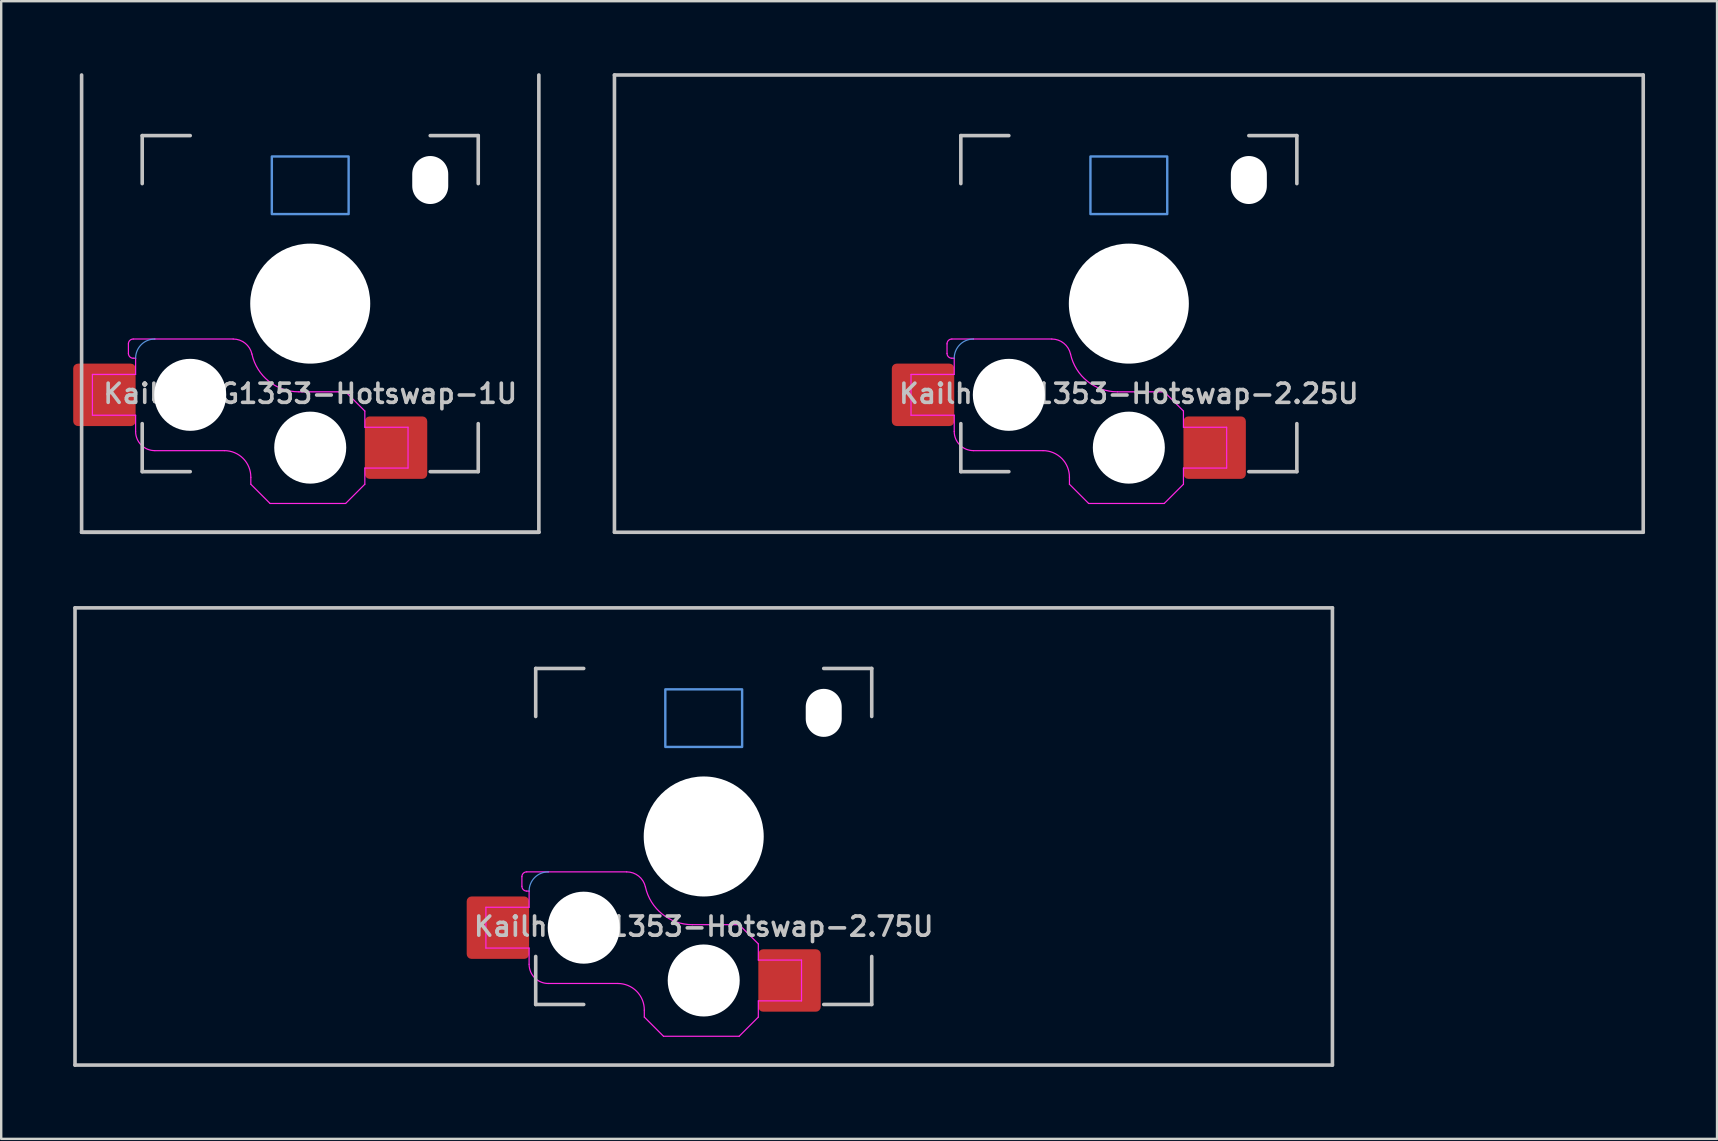
<source format=kicad_pcb>
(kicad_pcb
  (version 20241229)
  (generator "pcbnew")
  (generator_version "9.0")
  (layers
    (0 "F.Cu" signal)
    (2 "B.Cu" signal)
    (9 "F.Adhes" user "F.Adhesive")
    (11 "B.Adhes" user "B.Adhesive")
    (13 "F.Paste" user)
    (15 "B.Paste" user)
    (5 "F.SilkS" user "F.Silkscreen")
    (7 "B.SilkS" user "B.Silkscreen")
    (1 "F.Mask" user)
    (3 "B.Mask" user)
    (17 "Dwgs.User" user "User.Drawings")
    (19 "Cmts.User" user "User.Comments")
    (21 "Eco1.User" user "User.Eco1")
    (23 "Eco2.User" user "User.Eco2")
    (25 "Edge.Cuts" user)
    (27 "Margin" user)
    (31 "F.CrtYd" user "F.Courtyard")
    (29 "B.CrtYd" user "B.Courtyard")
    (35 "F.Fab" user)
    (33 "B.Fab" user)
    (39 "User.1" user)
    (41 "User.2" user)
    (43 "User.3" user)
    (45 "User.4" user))
  (footprint "Kailh-PG1353-Hotswap-2.25U"
    (layer "F.Cu")
    (at 43.981 9.6)
    (property "Reference" "Kailh-PG1353-Hotswap-2.25U" (at 0 3.75 0) (layer "Dwgs.User") (effects (font (size 0.8 0.8) (thickness 0.15))))
    (attr smd)
    (fp_line (start -21.431 -9.525) (end -21.431 9.525) (stroke (width 0.15) (type solid)) (layer "Dwgs.User"))
    (fp_line (start -7 -7) (end -5 -7) (stroke (width 0.15) (type solid)) (layer "Dwgs.User"))
    (fp_line (start -7 -5) (end -7 -7) (stroke (width 0.15) (type solid)) (layer "Dwgs.User"))
    (fp_line (start -7 5) (end -7 7) (stroke (width 0.15) (type solid)) (layer "Dwgs.User"))
    (fp_line (start -7 7) (end -5 7) (stroke (width 0.15) (type solid)) (layer "Dwgs.User"))
    (fp_line (start 5 -7) (end 7 -7) (stroke (width 0.15) (type solid)) (layer "Dwgs.User"))
    (fp_line (start 7 -7) (end 7 -5) (stroke (width 0.15) (type solid)) (layer "Dwgs.User"))
    (fp_line (start 7 5) (end 7 7) (stroke (width 0.15) (type solid)) (layer "Dwgs.User"))
    (fp_line (start 7 7) (end 5 7) (stroke (width 0.15) (type solid)) (layer "Dwgs.User"))
    (fp_line (start 21.431 -9.525) (end -21.431 -9.525) (stroke (width 0.15) (type solid)) (layer "Dwgs.User"))
    (fp_line (start 21.431 -9.525) (end 21.431 9.525) (stroke (width 0.15) (type solid)) (layer "Dwgs.User"))
    (fp_line (start 21.431 9.525) (end -21.431 9.525) (stroke (width 0.15) (type solid)) (layer "Dwgs.User"))
    (fp_rect (start -1.6 -3.73) (end 1.6 -6.13) (stroke (width 0.1) (type default)) (fill no) (layer "Cmts.User"))
    (fp_arc (start -7.274998 2.275) (mid -7.04069 1.709309) (end -6.475 1.475) (stroke (width 0.05) (type default)) (layer "Cmts.User"))
    (fp_line (start -9.075 2.95) (end -9.075 4.65) (stroke (width 0.05) (type default)) (layer "F.CrtYd"))
    (fp_line (start -9.075 4.65) (end -7.275 4.65) (stroke (width 0.05) (type default)) (layer "F.CrtYd"))
    (fp_line (start -7.575 1.675) (end -7.575 2.075) (stroke (width 0.05) (type default)) (layer "F.CrtYd"))
    (fp_line (start -7.375 2.275) (end -7.275 2.275) (stroke (width 0.05) (type default)) (layer "F.CrtYd"))
    (fp_line (start -7.275 2.275) (end -7.275 2.95) (stroke (width 0.05) (type default)) (layer "F.CrtYd"))
    (fp_line (start -7.275 2.95) (end -9.075 2.95) (stroke (width 0.05) (type default)) (layer "F.CrtYd"))
    (fp_line (start -7.275 5.325) (end -7.275 4.65) (stroke (width 0.05) (type default)) (layer "F.CrtYd"))
    (fp_line (start -6.475 1.475) (end -7.375 1.475) (stroke (width 0.05) (type default)) (layer "F.CrtYd"))
    (fp_line (start -6.475 1.475) (end -3.21 1.475) (stroke (width 0.05) (type default)) (layer "F.CrtYd"))
    (fp_line (start -3.575 6.125) (end -6.475 6.125) (stroke (width 0.05) (type default)) (layer "F.CrtYd"))
    (fp_line (start -2.475 7.525) (end -2.475 7.236) (stroke (width 0.05) (type default)) (layer "F.CrtYd"))
    (fp_line (start -1.675 8.325) (end -2.475 7.525) (stroke (width 0.05) (type default)) (layer "F.CrtYd"))
    (fp_line (start -0.475 3.675) (end 1.475 3.675) (stroke (width 0.05) (type default)) (layer "F.CrtYd"))
    (fp_line (start 1.475 3.675) (end 2.275 4.475) (stroke (width 0.05) (type default)) (layer "F.CrtYd"))
    (fp_line (start 1.475 8.325) (end -1.675 8.325) (stroke (width 0.05) (type default)) (layer "F.CrtYd"))
    (fp_line (start 2.275 4.475) (end 2.275 5.15) (stroke (width 0.05) (type default)) (layer "F.CrtYd"))
    (fp_line (start 2.275 5.15) (end 4.075 5.15) (stroke (width 0.05) (type default)) (layer "F.CrtYd"))
    (fp_line (start 2.275 7.525) (end 1.475 8.325) (stroke (width 0.05) (type default)) (layer "F.CrtYd"))
    (fp_line (start 2.275 7.525) (end 2.275 6.85) (stroke (width 0.05) (type default)) (layer "F.CrtYd"))
    (fp_line (start 4.075 5.15) (end 4.075 6.85) (stroke (width 0.05) (type default)) (layer "F.CrtYd"))
    (fp_line (start 4.075 6.85) (end 2.275 6.85) (stroke (width 0.05) (type default)) (layer "F.CrtYd"))
    (fp_arc (start -7.575 1.674988) (mid -7.516429 1.533562) (end -7.375 1.475) (stroke (width 0.05) (type default)) (layer "F.CrtYd"))
    (fp_arc (start -7.375029 2.275) (mid -7.51647 2.216449) (end -7.575 2.075) (stroke (width 0.05) (type default)) (layer "F.CrtYd"))
    (fp_arc (start -6.475029 6.125) (mid -7.040734 5.890713) (end -7.275 5.325) (stroke (width 0.05) (type default)) (layer "F.CrtYd"))
    (fp_arc (start -3.575029 6.125) (mid -2.793163 6.451277) (end -2.475 7.236481) (stroke (width 0.05) (type default)) (layer "F.CrtYd"))
    (fp_arc (start -3.209929 1.475) (mid -2.708523 1.651657) (end -2.428542 2.103571) (stroke (width 0.05) (type default)) (layer "F.CrtYd"))
    (fp_arc (start -0.474999 3.675) (mid -1.728566 3.233387) (end -2.428542 2.103571) (stroke (width 0.05) (type default)) (layer "F.CrtYd"))
    (pad "" np_thru_hole circle (at -5 3.8 180) (size 3 3) (drill 3) (layers "*.Cu" "*.Mask"))
    (pad "" np_thru_hole circle (at 0 0 180) (size 5 5) (drill 5.1) (layers "*.Cu" "*.Mask"))
    (pad "" np_thru_hole circle (at 0 6 180) (size 3 3) (drill 3) (layers "*.Cu" "*.Mask"))
    (pad "" np_thru_hole oval (at 5 -5.15 180) (size 1.5 2) (drill oval 1.5 2) (layers "*.Cu" "*.Mask"))
    (pad "1" smd roundrect (at -8.575 3.8 180) (size 2.6 2.6) (layers "F.Cu" "F.Mask" "F.Paste") (roundrect_rratio 0.077))
    (pad "2" smd roundrect (at 3.575 6 180) (size 2.6 2.6) (layers "F.Cu" "F.Mask" "F.Paste") (roundrect_rratio 0.077)))
  (footprint "Kailh-PG1353-Hotswap-1U"
    (layer "F.Cu")
    (at 9.875 9.6)
    (property "Reference" "Kailh-PG1353-Hotswap-1U" (at 0 3.75 0) (layer "Dwgs.User") (effects (font (size 0.8 0.8) (thickness 0.15))))
    (attr smd)
    (fp_line (start -9.525 -9.525) (end -9.525 9.525) (stroke (width 0.15) (type solid)) (layer "Dwgs.User"))
    (fp_line (start -7 -7) (end -5 -7) (stroke (width 0.15) (type solid)) (layer "Dwgs.User"))
    (fp_line (start -7 -5) (end -7 -7) (stroke (width 0.15) (type solid)) (layer "Dwgs.User"))
    (fp_line (start -7 5) (end -7 7) (stroke (width 0.15) (type solid)) (layer "Dwgs.User"))
    (fp_line (start -7 7) (end -5 7) (stroke (width 0.15) (type solid)) (layer "Dwgs.User"))
    (fp_line (start 5 -7) (end 7 -7) (stroke (width 0.15) (type solid)) (layer "Dwgs.User"))
    (fp_line (start 7 -7) (end 7 -5) (stroke (width 0.15) (type solid)) (layer "Dwgs.User"))
    (fp_line (start 7 5) (end 7 7) (stroke (width 0.15) (type solid)) (layer "Dwgs.User"))
    (fp_line (start 7 7) (end 5 7) (stroke (width 0.15) (type solid)) (layer "Dwgs.User"))
    (fp_line (start 9.525 -9.525) (end 9.525 9.525) (stroke (width 0.15) (type solid)) (layer "Dwgs.User"))
    (fp_line (start 9.525 9.525) (end -9.525 9.525) (stroke (width 0.15) (type solid)) (layer "Dwgs.User"))
    (fp_line (start 9.525 9.525) (end -9.525 9.525) (stroke (width 0.15) (type solid)) (layer "Dwgs.User"))
    (fp_rect (start -1.6 -3.73) (end 1.6 -6.13) (stroke (width 0.1) (type default)) (fill no) (layer "Cmts.User"))
    (fp_arc (start -7.274998 2.275) (mid -7.04069 1.709309) (end -6.475 1.475) (stroke (width 0.05) (type default)) (layer "Cmts.User"))
    (fp_line (start -9.075 2.95) (end -9.075 4.65) (stroke (width 0.05) (type default)) (layer "F.CrtYd"))
    (fp_line (start -9.075 4.65) (end -7.275 4.65) (stroke (width 0.05) (type default)) (layer "F.CrtYd"))
    (fp_line (start -7.575 1.675) (end -7.575 2.075) (stroke (width 0.05) (type default)) (layer "F.CrtYd"))
    (fp_line (start -7.375 2.275) (end -7.275 2.275) (stroke (width 0.05) (type default)) (layer "F.CrtYd"))
    (fp_line (start -7.275 2.275) (end -7.275 2.95) (stroke (width 0.05) (type default)) (layer "F.CrtYd"))
    (fp_line (start -7.275 2.95) (end -9.075 2.95) (stroke (width 0.05) (type default)) (layer "F.CrtYd"))
    (fp_line (start -7.275 5.325) (end -7.275 4.65) (stroke (width 0.05) (type default)) (layer "F.CrtYd"))
    (fp_line (start -6.475 1.475) (end -7.375 1.475) (stroke (width 0.05) (type default)) (layer "F.CrtYd"))
    (fp_line (start -6.475 1.475) (end -3.21 1.475) (stroke (width 0.05) (type default)) (layer "F.CrtYd"))
    (fp_line (start -3.575 6.125) (end -6.475 6.125) (stroke (width 0.05) (type default)) (layer "F.CrtYd"))
    (fp_line (start -2.475 7.525) (end -2.475 7.236) (stroke (width 0.05) (type default)) (layer "F.CrtYd"))
    (fp_line (start -1.675 8.325) (end -2.475 7.525) (stroke (width 0.05) (type default)) (layer "F.CrtYd"))
    (fp_line (start -0.475 3.675) (end 1.475 3.675) (stroke (width 0.05) (type default)) (layer "F.CrtYd"))
    (fp_line (start 1.475 3.675) (end 2.275 4.475) (stroke (width 0.05) (type default)) (layer "F.CrtYd"))
    (fp_line (start 1.475 8.325) (end -1.675 8.325) (stroke (width 0.05) (type default)) (layer "F.CrtYd"))
    (fp_line (start 2.275 4.475) (end 2.275 5.15) (stroke (width 0.05) (type default)) (layer "F.CrtYd"))
    (fp_line (start 2.275 5.15) (end 4.075 5.15) (stroke (width 0.05) (type default)) (layer "F.CrtYd"))
    (fp_line (start 2.275 7.525) (end 1.475 8.325) (stroke (width 0.05) (type default)) (layer "F.CrtYd"))
    (fp_line (start 2.275 7.525) (end 2.275 6.85) (stroke (width 0.05) (type default)) (layer "F.CrtYd"))
    (fp_line (start 4.075 5.15) (end 4.075 6.85) (stroke (width 0.05) (type default)) (layer "F.CrtYd"))
    (fp_line (start 4.075 6.85) (end 2.275 6.85) (stroke (width 0.05) (type default)) (layer "F.CrtYd"))
    (fp_arc (start -7.575 1.674988) (mid -7.516429 1.533562) (end -7.375 1.475) (stroke (width 0.05) (type default)) (layer "F.CrtYd"))
    (fp_arc (start -7.375029 2.275) (mid -7.51647 2.216449) (end -7.575 2.075) (stroke (width 0.05) (type default)) (layer "F.CrtYd"))
    (fp_arc (start -6.475029 6.125) (mid -7.040734 5.890713) (end -7.275 5.325) (stroke (width 0.05) (type default)) (layer "F.CrtYd"))
    (fp_arc (start -3.575029 6.125) (mid -2.793163 6.451277) (end -2.475 7.236481) (stroke (width 0.05) (type default)) (layer "F.CrtYd"))
    (fp_arc (start -3.209929 1.475) (mid -2.708523 1.651657) (end -2.428542 2.103571) (stroke (width 0.05) (type default)) (layer "F.CrtYd"))
    (fp_arc (start -0.474999 3.675) (mid -1.728566 3.233387) (end -2.428542 2.103571) (stroke (width 0.05) (type default)) (layer "F.CrtYd"))
    (pad "" np_thru_hole circle (at -5 3.8 180) (size 3 3) (drill 3) (layers "*.Cu" "*.Mask"))
    (pad "" np_thru_hole circle (at 0 0 180) (size 5 5) (drill 5.1) (layers "*.Cu" "*.Mask"))
    (pad "" np_thru_hole circle (at 0 6 180) (size 3 3) (drill 3) (layers "*.Cu" "*.Mask"))
    (pad "" np_thru_hole oval (at 5 -5.15 180) (size 1.5 2) (drill oval 1.5 2) (layers "*.Cu" "*.Mask"))
    (pad "1" smd roundrect (at -8.575 3.8 180) (size 2.6 2.6) (layers "F.Cu" "F.Mask" "F.Paste") (roundrect_rratio 0.077))
    (pad "2" smd roundrect (at 3.575 6 180) (size 2.6 2.6) (layers "F.Cu" "F.Mask" "F.Paste") (roundrect_rratio 0.077)))
  (footprint "Kailh-PG1353-Hotswap-2.75U"
    (layer "F.Cu")
    (at 26.269 31.8)
    (property "Reference" "Kailh-PG1353-Hotswap-2.75U" (at 0 3.75 0) (layer "Dwgs.User") (effects (font (size 0.8 0.8) (thickness 0.15))))
    (attr smd)
    (fp_line (start -26.194 -9.525) (end -26.194 9.525) (stroke (width 0.15) (type solid)) (layer "Dwgs.User"))
    (fp_line (start -7 -7) (end -5 -7) (stroke (width 0.15) (type solid)) (layer "Dwgs.User"))
    (fp_line (start -7 -5) (end -7 -7) (stroke (width 0.15) (type solid)) (layer "Dwgs.User"))
    (fp_line (start -7 5) (end -7 7) (stroke (width 0.15) (type solid)) (layer "Dwgs.User"))
    (fp_line (start -7 7) (end -5 7) (stroke (width 0.15) (type solid)) (layer "Dwgs.User"))
    (fp_line (start 5 -7) (end 7 -7) (stroke (width 0.15) (type solid)) (layer "Dwgs.User"))
    (fp_line (start 7 -7) (end 7 -5) (stroke (width 0.15) (type solid)) (layer "Dwgs.User"))
    (fp_line (start 7 5) (end 7 7) (stroke (width 0.15) (type solid)) (layer "Dwgs.User"))
    (fp_line (start 7 7) (end 5 7) (stroke (width 0.15) (type solid)) (layer "Dwgs.User"))
    (fp_line (start 26.194 -9.525) (end -26.194 -9.525) (stroke (width 0.15) (type solid)) (layer "Dwgs.User"))
    (fp_line (start 26.194 -9.525) (end 26.194 9.525) (stroke (width 0.15) (type solid)) (layer "Dwgs.User"))
    (fp_line (start 26.194 9.525) (end -26.194 9.525) (stroke (width 0.15) (type solid)) (layer "Dwgs.User"))
    (fp_rect (start -1.6 -3.73) (end 1.6 -6.13) (stroke (width 0.1) (type default)) (fill no) (layer "Cmts.User"))
    (fp_arc (start -7.274998 2.275) (mid -7.04069 1.709309) (end -6.475 1.475) (stroke (width 0.05) (type default)) (layer "Cmts.User"))
    (fp_line (start -9.075 2.95) (end -9.075 4.65) (stroke (width 0.05) (type default)) (layer "F.CrtYd"))
    (fp_line (start -9.075 4.65) (end -7.275 4.65) (stroke (width 0.05) (type default)) (layer "F.CrtYd"))
    (fp_line (start -7.575 1.675) (end -7.575 2.075) (stroke (width 0.05) (type default)) (layer "F.CrtYd"))
    (fp_line (start -7.375 2.275) (end -7.275 2.275) (stroke (width 0.05) (type default)) (layer "F.CrtYd"))
    (fp_line (start -7.275 2.275) (end -7.275 2.95) (stroke (width 0.05) (type default)) (layer "F.CrtYd"))
    (fp_line (start -7.275 2.95) (end -9.075 2.95) (stroke (width 0.05) (type default)) (layer "F.CrtYd"))
    (fp_line (start -7.275 5.325) (end -7.275 4.65) (stroke (width 0.05) (type default)) (layer "F.CrtYd"))
    (fp_line (start -6.475 1.475) (end -7.375 1.475) (stroke (width 0.05) (type default)) (layer "F.CrtYd"))
    (fp_line (start -6.475 1.475) (end -3.21 1.475) (stroke (width 0.05) (type default)) (layer "F.CrtYd"))
    (fp_line (start -3.575 6.125) (end -6.475 6.125) (stroke (width 0.05) (type default)) (layer "F.CrtYd"))
    (fp_line (start -2.475 7.525) (end -2.475 7.236) (stroke (width 0.05) (type default)) (layer "F.CrtYd"))
    (fp_line (start -1.675 8.325) (end -2.475 7.525) (stroke (width 0.05) (type default)) (layer "F.CrtYd"))
    (fp_line (start -0.475 3.675) (end 1.475 3.675) (stroke (width 0.05) (type default)) (layer "F.CrtYd"))
    (fp_line (start 1.475 3.675) (end 2.275 4.475) (stroke (width 0.05) (type default)) (layer "F.CrtYd"))
    (fp_line (start 1.475 8.325) (end -1.675 8.325) (stroke (width 0.05) (type default)) (layer "F.CrtYd"))
    (fp_line (start 2.275 4.475) (end 2.275 5.15) (stroke (width 0.05) (type default)) (layer "F.CrtYd"))
    (fp_line (start 2.275 5.15) (end 4.075 5.15) (stroke (width 0.05) (type default)) (layer "F.CrtYd"))
    (fp_line (start 2.275 7.525) (end 1.475 8.325) (stroke (width 0.05) (type default)) (layer "F.CrtYd"))
    (fp_line (start 2.275 7.525) (end 2.275 6.85) (stroke (width 0.05) (type default)) (layer "F.CrtYd"))
    (fp_line (start 4.075 5.15) (end 4.075 6.85) (stroke (width 0.05) (type default)) (layer "F.CrtYd"))
    (fp_line (start 4.075 6.85) (end 2.275 6.85) (stroke (width 0.05) (type default)) (layer "F.CrtYd"))
    (fp_arc (start -7.575 1.674988) (mid -7.516429 1.533562) (end -7.375 1.475) (stroke (width 0.05) (type default)) (layer "F.CrtYd"))
    (fp_arc (start -7.375029 2.275) (mid -7.51647 2.216449) (end -7.575 2.075) (stroke (width 0.05) (type default)) (layer "F.CrtYd"))
    (fp_arc (start -6.475029 6.125) (mid -7.040734 5.890713) (end -7.275 5.325) (stroke (width 0.05) (type default)) (layer "F.CrtYd"))
    (fp_arc (start -3.575029 6.125) (mid -2.793163 6.451277) (end -2.475 7.236481) (stroke (width 0.05) (type default)) (layer "F.CrtYd"))
    (fp_arc (start -3.209929 1.475) (mid -2.708523 1.651657) (end -2.428542 2.103571) (stroke (width 0.05) (type default)) (layer "F.CrtYd"))
    (fp_arc (start -0.474999 3.675) (mid -1.728566 3.233387) (end -2.428542 2.103571) (stroke (width 0.05) (type default)) (layer "F.CrtYd"))
    (pad "" np_thru_hole circle (at -5 3.8 180) (size 3 3) (drill 3) (layers "*.Cu" "*.Mask"))
    (pad "" np_thru_hole circle (at 0 0 180) (size 5 5) (drill 5.1) (layers "*.Cu" "*.Mask"))
    (pad "" np_thru_hole circle (at 0 6 180) (size 3 3) (drill 3) (layers "*.Cu" "*.Mask"))
    (pad "" np_thru_hole oval (at 5 -5.15 180) (size 1.5 2) (drill oval 1.5 2) (layers "*.Cu" "*.Mask"))
    (pad "1" smd roundrect (at -8.575 3.8 180) (size 2.6 2.6) (layers "F.Cu" "F.Mask" "F.Paste") (roundrect_rratio 0.077))
    (pad "2" smd roundrect (at 3.575 6 180) (size 2.6 2.6) (layers "F.Cu" "F.Mask" "F.Paste") (roundrect_rratio 0.077)))
  (gr_rect
    (start -3 -3)
    (end 68.487 44.4)
    (stroke (width 0.1) (type default))
    (fill no)
    (layer "Edge.Cuts")))
</source>
